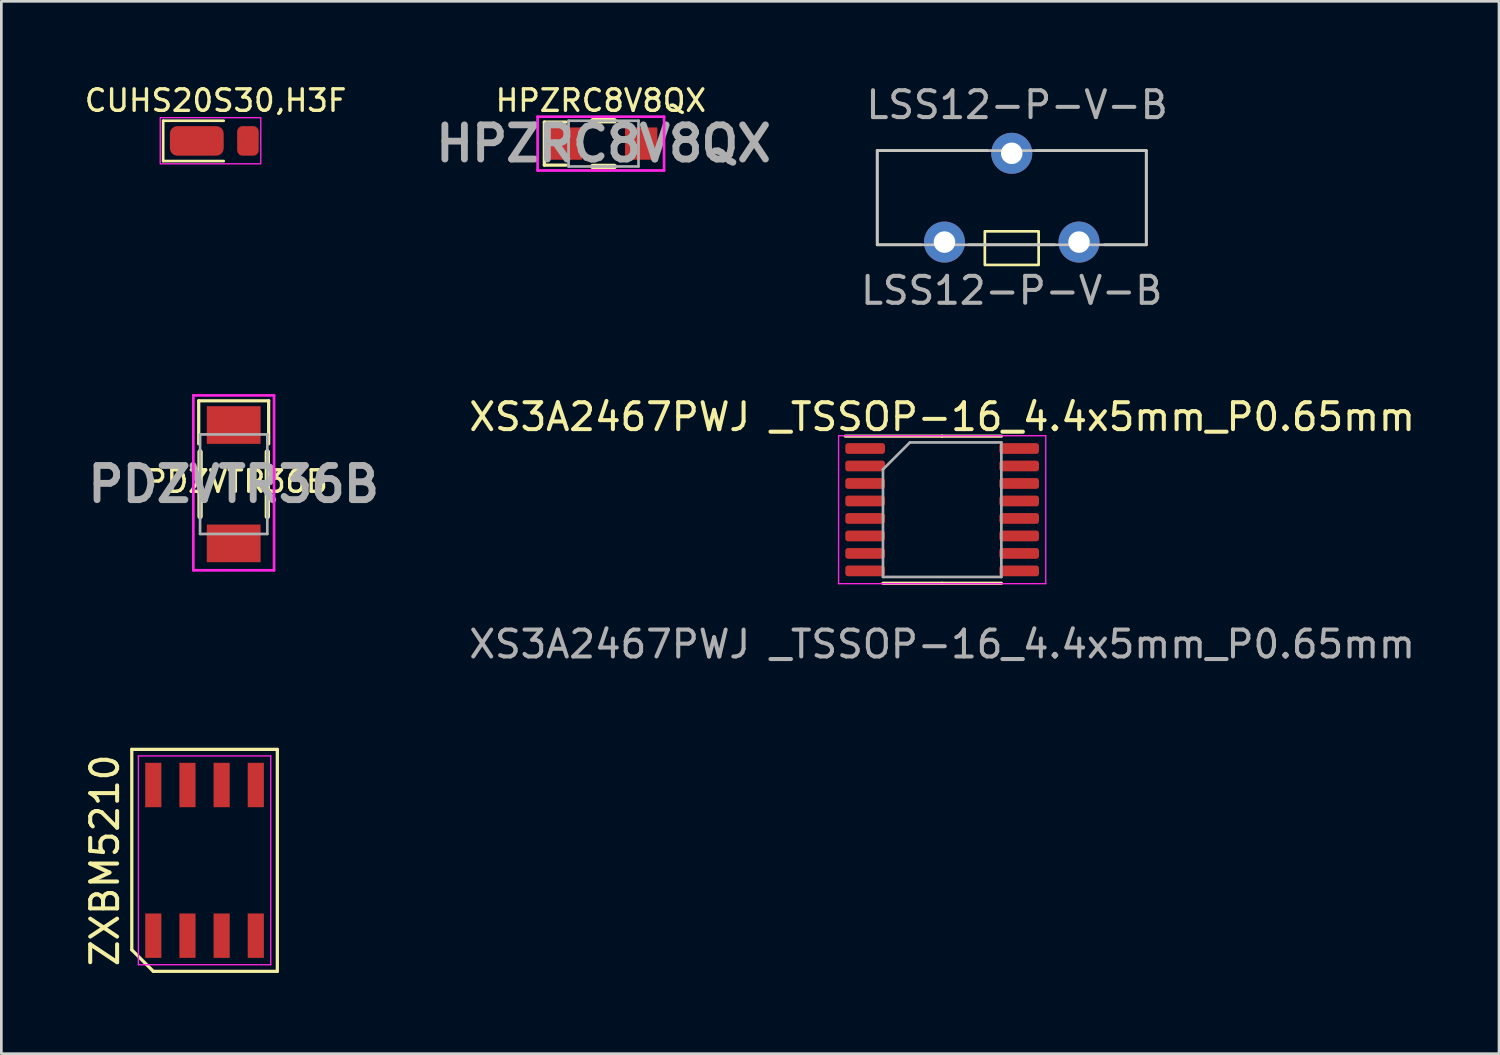
<source format=kicad_pcb>
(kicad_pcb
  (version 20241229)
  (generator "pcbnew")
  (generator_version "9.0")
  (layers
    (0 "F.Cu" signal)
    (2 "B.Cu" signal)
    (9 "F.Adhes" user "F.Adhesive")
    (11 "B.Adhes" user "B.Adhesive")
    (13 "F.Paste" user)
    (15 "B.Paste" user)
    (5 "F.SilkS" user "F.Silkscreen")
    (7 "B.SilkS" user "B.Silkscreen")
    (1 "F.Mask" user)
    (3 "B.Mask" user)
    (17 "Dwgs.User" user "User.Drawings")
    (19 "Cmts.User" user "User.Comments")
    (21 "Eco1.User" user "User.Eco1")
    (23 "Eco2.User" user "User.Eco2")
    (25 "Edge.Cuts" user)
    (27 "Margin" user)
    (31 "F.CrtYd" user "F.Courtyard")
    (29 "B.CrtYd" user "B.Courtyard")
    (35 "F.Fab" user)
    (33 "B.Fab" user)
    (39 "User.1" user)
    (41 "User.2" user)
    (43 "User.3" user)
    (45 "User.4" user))
  (footprint "CUHS20S30,H3F"
    (layer "F.Cu")
    (at 5.265 2.187)
    (property "Reference" "CUHS20S30,H3F" (at -0.3 -1.5 0) (unlocked yes) (layer "F.SilkS") (effects (font (size 0.8 0.8) (thickness 0.125))))
    (attr smd)
    (fp_line (start -2.25 -0.75) (end -2.25 0.75) (stroke (width 0.1) (type default)) (layer "F.SilkS"))
    (fp_line (start -2.25 0.75) (end 0 0.75) (stroke (width 0.1) (type default)) (layer "F.SilkS"))
    (fp_line (start 0 -0.75) (end -2.25 -0.75) (stroke (width 0.1) (type default)) (layer "F.SilkS"))
    (fp_rect (start -2.359 -0.863) (end 1.378 0.851) (stroke (width 0.05) (type default)) (fill no) (layer "F.CrtYd"))
    (pad "1" smd roundrect (at -1 0) (size 2 1.1) (layers "F.Cu" "F.Mask" "F.Paste") (roundrect_rratio 0.25))
    (pad "2" smd roundrect (at 0.9 0) (size 0.8 1.1) (layers "F.Cu" "F.Mask" "F.Paste") (roundrect_rratio 0.25)))
  (footprint "HPZRC8V8QX"
    (layer "F.Cu")
    (at 19.382 2.287)
    (property "Reference" "HPZRC8V8QX" (at -0.1 -1.6 0) (layer "F.SilkS") (effects (font (size 0.8 0.8) (thickness 0.125))))
    (attr smd)
    (fp_line (start -2.2 -0.8) (end -2.2 0.8) (stroke (width 0.12) (type default)) (layer "F.SilkS"))
    (fp_line (start -2.2 0.8) (end -1.4 0.8) (stroke (width 0.12) (type default)) (layer "F.SilkS"))
    (fp_line (start -1.4 -0.8) (end -2.2 -0.8) (stroke (width 0.12) (type default)) (layer "F.SilkS"))
    (fp_line (start -0.4 -0.85) (end 0.4 -0.85) (stroke (width 0.2) (type solid)) (layer "F.SilkS"))
    (fp_line (start -0.4 0.85) (end 0.4 0.85) (stroke (width 0.2) (type solid)) (layer "F.SilkS"))
    (fp_line (start -2.45 -1) (end 2.25 -1) (stroke (width 0.1) (type solid)) (layer "F.CrtYd"))
    (fp_line (start -2.45 1) (end -2.45 -1) (stroke (width 0.1) (type solid)) (layer "F.CrtYd"))
    (fp_line (start 2.25 -1) (end 2.25 1) (stroke (width 0.1) (type solid)) (layer "F.CrtYd"))
    (fp_line (start 2.25 1) (end -2.45 1) (stroke (width 0.1) (type solid)) (layer "F.CrtYd"))
    (fp_line (start -1.3 -0.85) (end -1.3 0.85) (stroke (width 0.1) (type solid)) (layer "F.Fab"))
    (fp_line (start -1.3 0.85) (end 1.3 0.85) (stroke (width 0.1) (type solid)) (layer "F.Fab"))
    (fp_line (start 1.3 -0.85) (end -1.3 -0.85) (stroke (width 0.1) (type solid)) (layer "F.Fab"))
    (fp_line (start 1.3 0.85) (end 1.3 -0.85) (stroke (width 0.1) (type solid)) (layer "F.Fab"))
    (fp_text user "${REFERENCE}" (at 0 0 0) (layer "F.Fab") (effects (font (size 1.27 1.27) (thickness 0.254))))
    (pad "1" smd rect (at -1.4 0 90) (size 1.2 1.2) (layers "F.Cu" "F.Mask" "F.Paste"))
    (pad "2" smd rect (at 1.4 0 90) (size 1.2 1.2) (layers "F.Cu" "F.Mask" "F.Paste")))
  (footprint "ZXBM5210"
    (layer "F.Cu")
    (at 4.553 28.928)
    (property "Reference" "ZXBM5210" (at -3.705 0 90) (layer "F.SilkS") (effects (font (size 1 1) (thickness 0.15))))
    (attr through_hole)
    (fp_line (start -2.705 -4.125) (end 2.705 -4.125) (stroke (width 0.12) (type solid)) (layer "F.SilkS"))
    (fp_line (start -2.705 3.325) (end -2.705 -4.125) (stroke (width 0.12) (type solid)) (layer "F.SilkS"))
    (fp_line (start -1.905 4.125) (end -2.705 3.325) (stroke (width 0.12) (type solid)) (layer "F.SilkS"))
    (fp_line (start 2.705 -4.125) (end 2.705 4.125) (stroke (width 0.12) (type solid)) (layer "F.SilkS"))
    (fp_line (start 2.705 4.125) (end -1.905 4.125) (stroke (width 0.12) (type solid)) (layer "F.SilkS"))
    (fp_line (start -2.46 -3.88) (end 2.46 -3.88) (stroke (width 0.05) (type solid)) (layer "F.CrtYd"))
    (fp_line (start -2.46 3.88) (end -2.46 -3.88) (stroke (width 0.05) (type solid)) (layer "F.CrtYd"))
    (fp_line (start 2.46 -3.88) (end 2.46 3.88) (stroke (width 0.05) (type solid)) (layer "F.CrtYd"))
    (fp_line (start 2.46 3.88) (end -2.46 3.88) (stroke (width 0.05) (type solid)) (layer "F.CrtYd"))
    (pad "1" smd rect (at -1.905 2.8) (size 0.6 1.65) (layers "F.Cu" "F.Mask" "F.Paste"))
    (pad "2" smd rect (at -0.635 2.8) (size 0.6 1.65) (layers "F.Cu" "F.Mask" "F.Paste"))
    (pad "3" smd rect (at 0.635 2.8) (size 0.6 1.65) (layers "F.Cu" "F.Mask" "F.Paste"))
    (pad "4" smd rect (at 1.905 2.8) (size 0.6 1.65) (layers "F.Cu" "F.Mask" "F.Paste"))
    (pad "5" smd rect (at 1.905 -2.8) (size 0.6 1.65) (layers "F.Cu" "F.Mask" "F.Paste"))
    (pad "6" smd rect (at 0.635 -2.8) (size 0.6 1.65) (layers "F.Cu" "F.Mask" "F.Paste"))
    (pad "7" smd rect (at -0.635 -2.8) (size 0.6 1.65) (layers "F.Cu" "F.Mask" "F.Paste"))
    (pad "8" smd rect (at -1.905 -2.8) (size 0.6 1.65) (layers "F.Cu" "F.Mask" "F.Paste")))
  (footprint "XS3A2467PWJ _TSSOP-16_4.4x5mm_P0.65mm"
    (layer "F.Cu")
    (at 31.969 15.895)
    (property "Reference" "XS3A2467PWJ _TSSOP-16_4.4x5mm_P0.65mm" (at 0 -3.45 0) (layer "F.SilkS") (effects (font (size 1 1) (thickness 0.15))))
    (attr smd)
    (fp_line (start 0 -2.735) (end -3.6 -2.735) (stroke (width 0.12) (type solid)) (layer "F.SilkS"))
    (fp_line (start 0 -2.735) (end 2.2 -2.735) (stroke (width 0.12) (type solid)) (layer "F.SilkS"))
    (fp_line (start 0 2.735) (end -2.2 2.735) (stroke (width 0.12) (type solid)) (layer "F.SilkS"))
    (fp_line (start 0 2.735) (end 2.2 2.735) (stroke (width 0.12) (type solid)) (layer "F.SilkS"))
    (fp_line (start -3.85 -2.75) (end -3.85 2.75) (stroke (width 0.05) (type solid)) (layer "F.CrtYd"))
    (fp_line (start -3.85 2.75) (end 3.85 2.75) (stroke (width 0.05) (type solid)) (layer "F.CrtYd"))
    (fp_line (start 3.85 -2.75) (end -3.85 -2.75) (stroke (width 0.05) (type solid)) (layer "F.CrtYd"))
    (fp_line (start 3.85 2.75) (end 3.85 -2.75) (stroke (width 0.05) (type solid)) (layer "F.CrtYd"))
    (fp_line (start -2.2 -1.5) (end -1.2 -2.5) (stroke (width 0.1) (type solid)) (layer "F.Fab"))
    (fp_line (start -2.2 2.5) (end -2.2 -1.5) (stroke (width 0.1) (type solid)) (layer "F.Fab"))
    (fp_line (start -1.2 -2.5) (end 2.2 -2.5) (stroke (width 0.1) (type solid)) (layer "F.Fab"))
    (fp_line (start 2.2 -2.5) (end 2.2 2.5) (stroke (width 0.1) (type solid)) (layer "F.Fab"))
    (fp_line (start 2.2 2.5) (end -2.2 2.5) (stroke (width 0.1) (type solid)) (layer "F.Fab"))
    (fp_text user "${REFERENCE}" (at 0 5 0) (layer "F.Fab") (effects (font (size 1 1) (thickness 0.15))))
    (pad "1" smd roundrect (at -2.862 -2.275) (size 1.475 0.4) (layers "F.Cu" "F.Mask" "F.Paste") (roundrect_rratio 0.25))
    (pad "2" smd roundrect (at -2.862 -1.625) (size 1.475 0.4) (layers "F.Cu" "F.Mask" "F.Paste") (roundrect_rratio 0.25))
    (pad "3" smd roundrect (at -2.862 -0.975) (size 1.475 0.4) (layers "F.Cu" "F.Mask" "F.Paste") (roundrect_rratio 0.25))
    (pad "4" smd roundrect (at -2.862 -0.325) (size 1.475 0.4) (layers "F.Cu" "F.Mask" "F.Paste") (roundrect_rratio 0.25))
    (pad "5" smd roundrect (at -2.862 0.325) (size 1.475 0.4) (layers "F.Cu" "F.Mask" "F.Paste") (roundrect_rratio 0.25))
    (pad "6" smd roundrect (at -2.862 0.975) (size 1.475 0.4) (layers "F.Cu" "F.Mask" "F.Paste") (roundrect_rratio 0.25))
    (pad "7" smd roundrect (at -2.862 1.625) (size 1.475 0.4) (layers "F.Cu" "F.Mask" "F.Paste") (roundrect_rratio 0.25))
    (pad "8" smd roundrect (at -2.862 2.275) (size 1.475 0.4) (layers "F.Cu" "F.Mask" "F.Paste") (roundrect_rratio 0.25))
    (pad "9" smd roundrect (at 2.862 2.275) (size 1.475 0.4) (layers "F.Cu" "F.Mask" "F.Paste") (roundrect_rratio 0.25))
    (pad "10" smd roundrect (at 2.862 1.625) (size 1.475 0.4) (layers "F.Cu" "F.Mask" "F.Paste") (roundrect_rratio 0.25))
    (pad "11" smd roundrect (at 2.862 0.975) (size 1.475 0.4) (layers "F.Cu" "F.Mask" "F.Paste") (roundrect_rratio 0.25))
    (pad "12" smd roundrect (at 2.862 0.325) (size 1.475 0.4) (layers "F.Cu" "F.Mask" "F.Paste") (roundrect_rratio 0.25))
    (pad "13" smd roundrect (at 2.862 -0.325) (size 1.475 0.4) (layers "F.Cu" "F.Mask" "F.Paste") (roundrect_rratio 0.25))
    (pad "14" smd roundrect (at 2.862 -0.975) (size 1.475 0.4) (layers "F.Cu" "F.Mask" "F.Paste") (roundrect_rratio 0.25))
    (pad "15" smd roundrect (at 2.862 -1.625) (size 1.475 0.4) (layers "F.Cu" "F.Mask" "F.Paste") (roundrect_rratio 0.25))
    (pad "16" smd roundrect (at 2.862 -2.275) (size 1.475 0.4) (layers "F.Cu" "F.Mask" "F.Paste") (roundrect_rratio 0.25)))
  (footprint "LSS12-P-V-B"
    (layer "F.Cu")
    (at 34.555 4.298)
    (property "Reference" "LSS12-P-V-B" (at 0.2 -3.45 0) (unlocked yes) (layer "F.Fab") (effects (font (size 1 1) (thickness 0.15))))
    (attr through_hole)
    (fp_line (start -5 -1.75) (end -5 1.75) (stroke (width 0.1) (type default)) (layer "F.SilkS"))
    (fp_line (start -5 1.75) (end -3.35 1.75) (stroke (width 0.1) (type default)) (layer "F.SilkS"))
    (fp_line (start -1.6 1.75) (end 1.6 1.75) (stroke (width 0.1) (type default)) (layer "F.SilkS"))
    (fp_line (start -0.9 -1.75) (end -5 -1.75) (stroke (width 0.1) (type default)) (layer "F.SilkS"))
    (fp_line (start 3.45 1.75) (end 5 1.75) (stroke (width 0.1) (type default)) (layer "F.SilkS"))
    (fp_line (start 5 -1.75) (end 0.9 -1.75) (stroke (width 0.1) (type default)) (layer "F.SilkS"))
    (fp_line (start 5 1.75) (end 5 -1.75) (stroke (width 0.1) (type default)) (layer "F.SilkS"))
    (fp_rect (start -1 1.25) (end 1 2.5) (stroke (width 0.1) (type default)) (fill no) (layer "F.SilkS"))
    (fp_rect (start -5 -1.75) (end 5 1.75) (stroke (width 0.1) (type default)) (fill no) (layer "Dwgs.User"))
    (fp_text user "${REFERENCE}" (at 0 3.45 0) (unlocked yes) (layer "F.Fab") (effects (font (size 1 1) (thickness 0.15))))
    (pad "1" thru_hole circle (at -2.5 1.65) (size 1.524 1.524) (drill 0.8) (layers "*.Cu" "*.Mask"))
    (pad "2" thru_hole circle (at 0 -1.65) (size 1.524 1.524) (drill 0.8) (layers "*.Cu" "*.Mask"))
    (pad "3" thru_hole circle (at 2.5 1.65) (size 1.524 1.524) (drill 0.8) (layers "*.Cu" "*.Mask")))
  (footprint "PDZVTR36B"
    (layer "F.Cu")
    (at 5.636 14.947)
    (property "Reference" "PDZVTR36B" (at 0.1 -0.1 0) (layer "F.SilkS") (effects (font (size 0.8 0.8) (thickness 0.125))))
    (attr smd)
    (fp_line (start -1.3 -3.1) (end 1.3 -3.1) (stroke (width 0.12) (type default)) (layer "F.SilkS"))
    (fp_line (start -1.3 -1.5) (end -1.3 -3.1) (stroke (width 0.12) (type default)) (layer "F.SilkS"))
    (fp_line (start -1.25 -1.2) (end -1.25 1.2) (stroke (width 0.2) (type solid)) (layer "F.SilkS"))
    (fp_line (start 1.25 -1.2) (end 1.25 1.2) (stroke (width 0.2) (type solid)) (layer "F.SilkS"))
    (fp_line (start 1.3 -3.1) (end 1.3 -1.5) (stroke (width 0.12) (type default)) (layer "F.SilkS"))
    (fp_line (start -1.5 -3.3) (end 1.5 -3.3) (stroke (width 0.1) (type solid)) (layer "F.CrtYd"))
    (fp_line (start -1.5 3.2) (end -1.5 -3.3) (stroke (width 0.1) (type solid)) (layer "F.CrtYd"))
    (fp_line (start 1.5 -3.3) (end 1.5 3.2) (stroke (width 0.1) (type solid)) (layer "F.CrtYd"))
    (fp_line (start 1.5 3.2) (end -1.5 3.2) (stroke (width 0.1) (type solid)) (layer "F.CrtYd"))
    (fp_line (start -1.25 -1.85) (end -1.25 1.85) (stroke (width 0.1) (type solid)) (layer "F.Fab"))
    (fp_line (start -1.25 1.85) (end 1.25 1.85) (stroke (width 0.1) (type solid)) (layer "F.Fab"))
    (fp_line (start 1.25 -1.85) (end -1.25 -1.85) (stroke (width 0.1) (type solid)) (layer "F.Fab"))
    (fp_line (start 1.25 1.85) (end 1.25 -1.85) (stroke (width 0.1) (type solid)) (layer "F.Fab"))
    (fp_text user "${REFERENCE}" (at 0 0 0) (layer "F.Fab") (effects (font (size 1.27 1.27) (thickness 0.254))))
    (pad "1" smd rect (at 0 -2.2 90) (size 1.4 2) (layers "F.Cu" "F.Mask" "F.Paste"))
    (pad "2" smd rect (at 0 2.2 90) (size 1.4 2) (layers "F.Cu" "F.Mask" "F.Paste")))
  (gr_rect
    (start -3 -3)
    (end 52.666 36.113)
    (stroke (width 0.1) (type default))
    (fill no)
    (layer "Edge.Cuts")))
</source>
